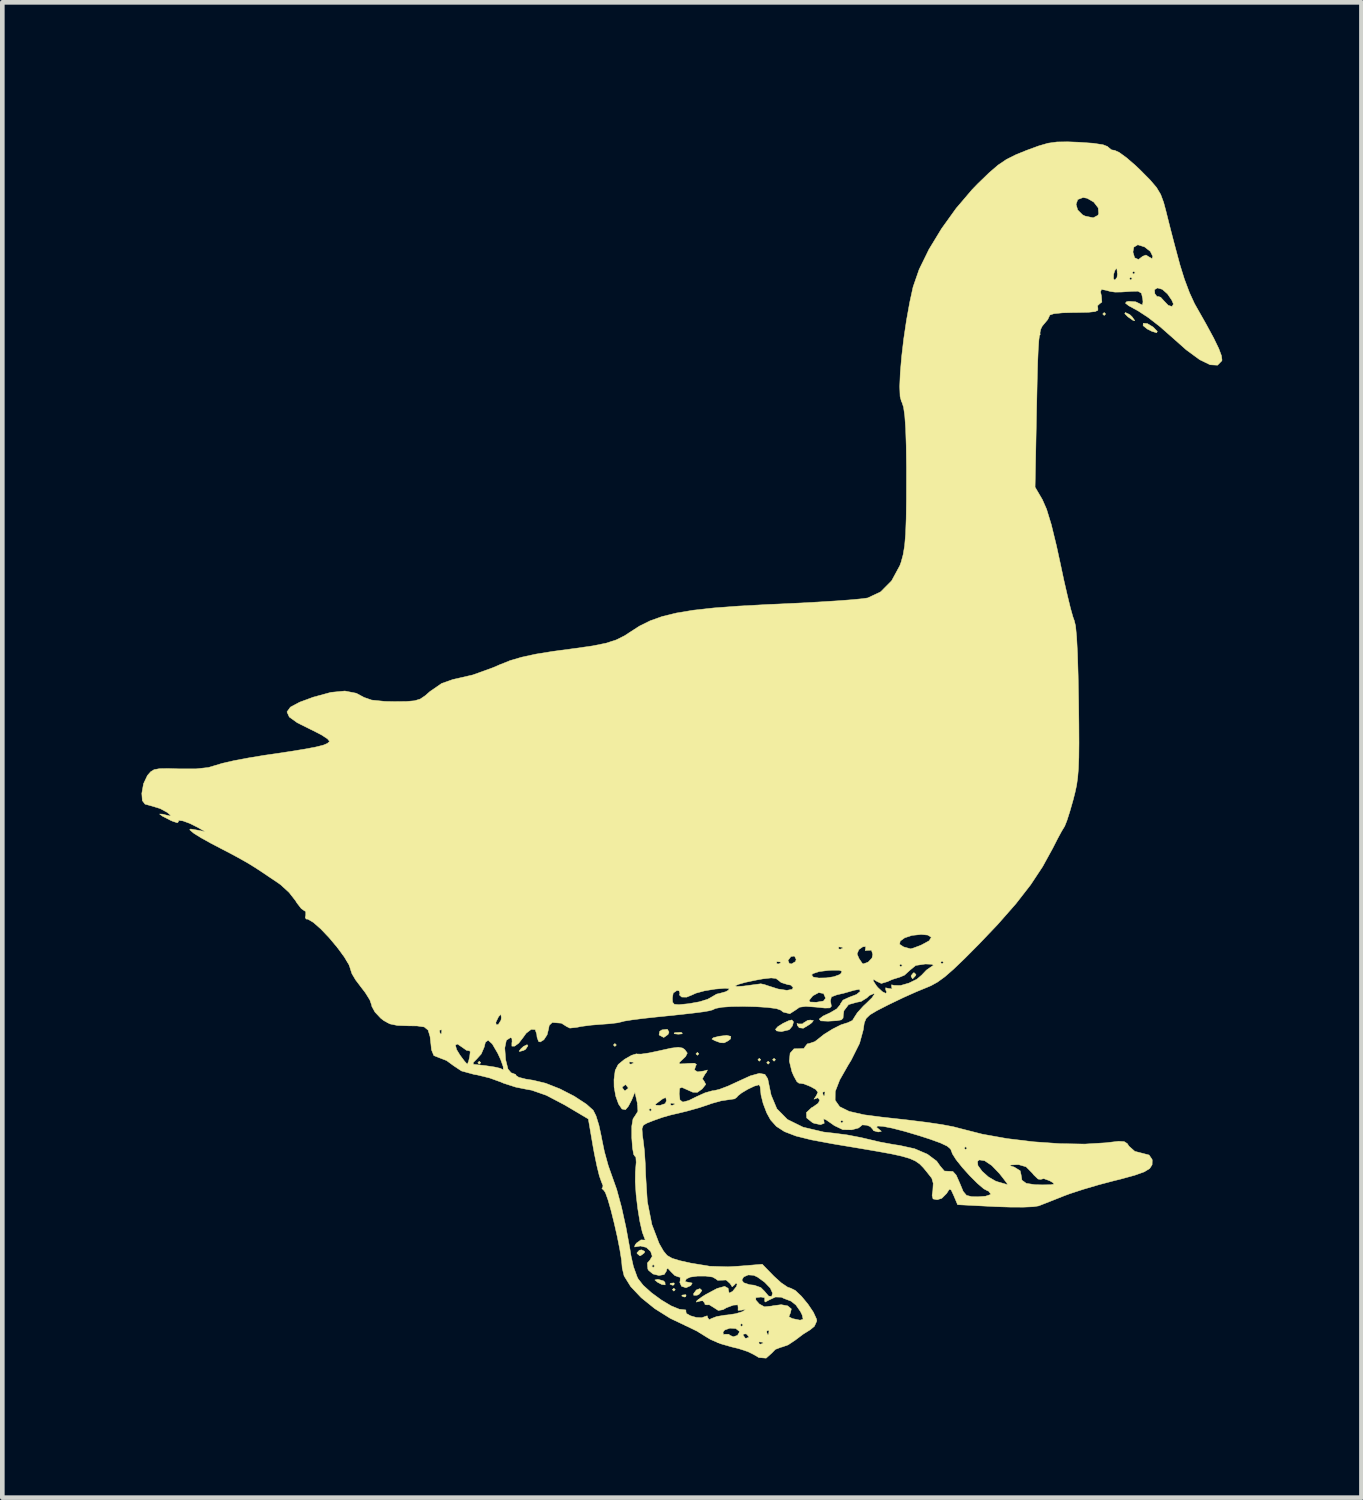
<source format=kicad_pcb>
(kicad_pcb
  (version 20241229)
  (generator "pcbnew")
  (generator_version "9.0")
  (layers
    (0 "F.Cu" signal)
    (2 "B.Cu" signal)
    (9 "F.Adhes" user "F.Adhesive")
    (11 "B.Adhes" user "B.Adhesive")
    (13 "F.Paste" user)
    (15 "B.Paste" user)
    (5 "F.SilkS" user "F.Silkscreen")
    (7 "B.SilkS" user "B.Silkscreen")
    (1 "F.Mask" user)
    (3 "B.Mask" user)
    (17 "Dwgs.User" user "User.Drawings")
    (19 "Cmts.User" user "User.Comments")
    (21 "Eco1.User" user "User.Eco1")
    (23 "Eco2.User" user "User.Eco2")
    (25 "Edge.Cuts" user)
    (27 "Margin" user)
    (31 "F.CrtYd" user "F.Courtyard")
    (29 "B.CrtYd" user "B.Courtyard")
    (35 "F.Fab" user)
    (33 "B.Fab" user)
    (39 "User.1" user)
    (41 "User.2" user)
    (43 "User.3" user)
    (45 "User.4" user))
  (footprint "goose"
    (layer "F.Cu")
    (at 12.323 12.572)
    (property "Reference" "goose" (at 0 0 0) (layer "F.SilkS") (effects (font (size 1.524 1.524) (thickness 0.3))))
    (attr through_hole)
    (fp_poly (pts (xy -5.016 7.271) (xy -5.048 7.303) (xy -5.08 7.271) (xy -5.048 7.239) (xy -5.016 7.271)) (stroke (width 0.01) (type solid)) (fill yes) (layer "F.SilkS"))
    (fp_poly (pts (xy -2.095 6.89) (xy -2.127 6.921) (xy -2.159 6.89) (xy -2.127 6.858) (xy -2.095 6.89)) (stroke (width 0.01) (type solid)) (fill yes) (layer "F.SilkS"))
    (fp_poly (pts (xy -0.826 12.16) (xy -0.857 12.192) (xy -0.889 12.16) (xy -0.857 12.129) (xy -0.826 12.16)) (stroke (width 0.01) (type solid)) (fill yes) (layer "F.SilkS"))
    (fp_poly (pts (xy -0.318 7.08) (xy -0.349 7.112) (xy -0.381 7.08) (xy -0.349 7.048) (xy -0.318 7.08)) (stroke (width 0.01) (type solid)) (fill yes) (layer "F.SilkS"))
    (fp_poly (pts (xy 1.016 7.207) (xy 0.984 7.239) (xy 0.953 7.207) (xy 0.984 7.176) (xy 1.016 7.207)) (stroke (width 0.01) (type solid)) (fill yes) (layer "F.SilkS"))
    (fp_poly (pts (xy 1.206 7.271) (xy 1.175 7.303) (xy 1.143 7.271) (xy 1.175 7.239) (xy 1.206 7.271)) (stroke (width 0.01) (type solid)) (fill yes) (layer "F.SilkS"))
    (fp_poly (pts (xy 1.333 7.207) (xy 1.302 7.239) (xy 1.27 7.207) (xy 1.302 7.176) (xy 1.333 7.207)) (stroke (width 0.01) (type solid)) (fill yes) (layer "F.SilkS"))
    (fp_poly (pts (xy 8.445 -8.858) (xy 8.414 -8.826) (xy 8.382 -8.858) (xy 8.414 -8.89) (xy 8.445 -8.858)) (stroke (width 0.01) (type solid)) (fill yes) (layer "F.SilkS"))
    (fp_poly (pts (xy -0.847 12.023) (xy -0.855 12.06) (xy -0.889 12.065) (xy -0.941 12.042) (xy -0.931 12.023) (xy -0.856 12.015) (xy -0.847 12.023)) (stroke (width 0.01) (type solid)) (fill yes) (layer "F.SilkS"))
    (fp_poly (pts (xy -0.683 6.625) (xy -0.675 6.649) (xy -0.762 6.657) (xy -0.852 6.647) (xy -0.841 6.625) (xy -0.711 6.617) (xy -0.683 6.625)) (stroke (width 0.01) (type solid)) (fill yes) (layer "F.SilkS"))
    (fp_poly (pts (xy -0.593 12.277) (xy -0.601 12.314) (xy -0.635 12.319) (xy -0.687 12.296) (xy -0.677 12.277) (xy -0.602 12.269) (xy -0.593 12.277)) (stroke (width 0.01) (type solid)) (fill yes) (layer "F.SilkS"))
    (fp_poly (pts (xy 7.027 -8.488) (xy 7.035 -8.412) (xy 7.027 -8.403) (xy 6.99 -8.412) (xy 6.985 -8.445) (xy 7.008 -8.498) (xy 7.027 -8.488)) (stroke (width 0.01) (type solid)) (fill yes) (layer "F.SilkS"))
    (fp_poly (pts (xy 8.964 -8.846) (xy 9.017 -8.795) (xy 9.073 -8.714) (xy 9.036 -8.72) (xy 8.925 -8.797) (xy 8.857 -8.866) (xy 8.87 -8.89) (xy 8.964 -8.846)) (stroke (width 0.01) (type solid)) (fill yes) (layer "F.SilkS"))
    (fp_poly (pts (xy -4 6.907) (xy -4.051 6.983) (xy -4.096 7.008) (xy -4.178 7.029) (xy -4.191 7.023) (xy -4.149 6.969) (xy -4.096 6.921) (xy -4.018 6.883) (xy -4 6.907)) (stroke (width 0.01) (type solid)) (fill yes) (layer "F.SilkS"))
    (fp_poly (pts (xy -1.486 11.334) (xy -1.492 11.367) (xy -1.573 11.428) (xy -1.591 11.43) (xy -1.649 11.382) (xy -1.651 11.367) (xy -1.599 11.311) (xy -1.552 11.303) (xy -1.486 11.334)) (stroke (width 0.01) (type solid)) (fill yes) (layer "F.SilkS"))
    (fp_poly (pts (xy -1.08 11.971) (xy -1.048 12.002) (xy -1.043 12.058) (xy -1.118 12.048) (xy -1.206 12.002) (xy -1.266 11.952) (xy -1.209 11.939) (xy -1.194 11.939) (xy -1.08 11.971)) (stroke (width 0.01) (type solid)) (fill yes) (layer "F.SilkS"))
    (fp_poly (pts (xy -0.961 6.611) (xy -0.982 6.663) (xy -1.074 6.728) (xy -1.168 6.678) (xy -1.175 6.667) (xy -1.161 6.595) (xy -1.113 6.564) (xy -0.997 6.551) (xy -0.961 6.611)) (stroke (width 0.01) (type solid)) (fill yes) (layer "F.SilkS"))
    (fp_poly (pts (xy -0.254 12.175) (xy -0.254 12.18) (xy -0.305 12.253) (xy -0.355 12.28) (xy -0.429 12.282) (xy -0.43 12.244) (xy -0.372 12.167) (xy -0.295 12.138) (xy -0.254 12.175)) (stroke (width 0.01) (type solid)) (fill yes) (layer "F.SilkS"))
    (fp_poly (pts (xy 4.36 5.373) (xy 4.35 5.397) (xy 4.293 5.458) (xy 4.283 5.461) (xy 4.255 5.412) (xy 4.255 5.397) (xy 4.303 5.336) (xy 4.322 5.334) (xy 4.36 5.373)) (stroke (width 0.01) (type solid)) (fill yes) (layer "F.SilkS"))
    (fp_poly (pts (xy 9.345 -8.651) (xy 9.47 -8.575) (xy 9.471 -8.574) (xy 9.558 -8.484) (xy 9.544 -8.453) (xy 9.44 -8.485) (xy 9.342 -8.534) (xy 9.252 -8.607) (xy 9.256 -8.658) (xy 9.345 -8.651)) (stroke (width 0.01) (type solid)) (fill yes) (layer "F.SilkS"))
    (fp_poly (pts (xy 0.371 6.704) (xy 0.364 6.759) (xy 0.316 6.797) (xy 0.228 6.844) (xy 0.148 6.841) (xy 0.032 6.799) (xy -0.037 6.762) (xy -0.005 6.733) (xy 0.116 6.702) (xy 0.282 6.682) (xy 0.371 6.704)) (stroke (width 0.01) (type solid)) (fill yes) (layer "F.SilkS"))
    (fp_poly (pts (xy 1.721 6.391) (xy 1.698 6.478) (xy 1.636 6.554) (xy 1.614 6.565) (xy 1.461 6.601) (xy 1.356 6.586) (xy 1.333 6.551) (xy 1.383 6.495) (xy 1.497 6.423) (xy 1.621 6.365) (xy 1.686 6.35) (xy 1.721 6.391)) (stroke (width 0.01) (type solid)) (fill yes) (layer "F.SilkS"))
    (fp_poly (pts (xy 2.15 6.363) (xy 2.116 6.409) (xy 2.067 6.447) (xy 1.932 6.529) (xy 1.845 6.518) (xy 1.804 6.467) (xy 1.796 6.423) (xy 1.827 6.436) (xy 1.916 6.436) (xy 1.936 6.415) (xy 2.027 6.359) (xy 2.083 6.352) (xy 2.15 6.363)) (stroke (width 0.01) (type solid)) (fill yes) (layer "F.SilkS"))
    (fp_poly (pts (xy 7.869 -12.558) (xy 8.178 -12.536) (xy 8.389 -12.504) (xy 8.489 -12.465) (xy 8.495 -12.456) (xy 8.571 -12.394) (xy 8.64 -12.383) (xy 8.735 -12.34) (xy 8.892 -12.226) (xy 9.085 -12.06) (xy 9.196 -11.954) (xy 9.405 -11.743) (xy 9.542 -11.582) (xy 9.631 -11.433) (xy 9.695 -11.26) (xy 9.743 -11.081) (xy 9.801 -10.849) (xy 9.844 -10.679) (xy 9.882 -10.532) (xy 9.924 -10.371) (xy 9.981 -10.158) (xy 10.049 -9.906) (xy 10.141 -9.611) (xy 10.251 -9.318) (xy 10.359 -9.083) (xy 10.378 -9.049) (xy 10.607 -8.645) (xy 10.774 -8.337) (xy 10.883 -8.112) (xy 10.94 -7.959) (xy 10.952 -7.866) (xy 10.948 -7.849) (xy 10.856 -7.755) (xy 10.696 -7.764) (xy 10.47 -7.874) (xy 10.181 -8.086) (xy 9.844 -8.385) (xy 9.612 -8.589) (xy 9.367 -8.779) (xy 9.153 -8.92) (xy 9.114 -8.942) (xy 8.942 -9.036) (xy 8.872 -9.091) (xy 8.893 -9.12) (xy 8.941 -9.131) (xy 9.094 -9.12) (xy 9.175 -9.081) (xy 9.236 -9.05) (xy 9.25 -9.116) (xy 9.244 -9.186) (xy 9.217 -9.305) (xy 9.143 -9.349) (xy 9.01 -9.346) (xy 8.788 -9.331) (xy 8.648 -9.329) (xy 8.544 -9.344) (xy 8.458 -9.368) (xy 8.388 -9.382) (xy 9.498 -9.382) (xy 9.505 -9.295) (xy 9.553 -9.232) (xy 9.575 -9.236) (xy 9.631 -9.218) (xy 9.698 -9.144) (xy 9.794 -9.044) (xy 9.875 -9.019) (xy 9.906 -9.072) (xy 9.87 -9.156) (xy 9.783 -9.283) (xy 9.777 -9.291) (xy 9.666 -9.389) (xy 9.561 -9.419) (xy 9.498 -9.382) (xy 8.388 -9.382) (xy 8.356 -9.389) (xy 8.335 -9.335) (xy 8.354 -9.248) (xy 8.364 -9.114) (xy 8.319 -9.081) (xy 8.27 -9.035) (xy 8.278 -8.985) (xy 8.278 -8.938) (xy 8.218 -8.91) (xy 8.078 -8.895) (xy 7.837 -8.89) (xy 7.777 -8.89) (xy 7.515 -8.883) (xy 7.329 -8.864) (xy 7.243 -8.835) (xy 7.239 -8.826) (xy 7.198 -8.738) (xy 7.115 -8.639) (xy 7.078 -8.594) (xy 7.048 -8.532) (xy 7.025 -8.438) (xy 7.007 -8.297) (xy 6.993 -8.093) (xy 6.981 -7.812) (xy 6.971 -7.438) (xy 6.961 -6.955) (xy 6.958 -6.822) (xy 6.925 -5.128) (xy 7.082 -4.86) (xy 7.173 -4.653) (xy 7.274 -4.323) (xy 7.385 -3.868) (xy 7.468 -3.487) (xy 7.546 -3.12) (xy 7.622 -2.79) (xy 7.688 -2.519) (xy 7.741 -2.331) (xy 7.769 -2.254) (xy 7.797 -2.14) (xy 7.82 -1.902) (xy 7.839 -1.541) (xy 7.853 -1.06) (xy 7.863 -0.516) (xy 7.869 -0.013) (xy 7.871 0.383) (xy 7.868 0.692) (xy 7.859 0.933) (xy 7.843 1.127) (xy 7.82 1.293) (xy 7.786 1.45) (xy 7.745 1.611) (xy 7.675 1.856) (xy 7.611 2.056) (xy 7.563 2.177) (xy 7.553 2.193) (xy 7.5 2.28) (xy 7.41 2.446) (xy 7.305 2.652) (xy 7.088 3.047) (xy 6.829 3.439) (xy 6.511 3.848) (xy 6.119 4.294) (xy 5.717 4.716) (xy 5.41 5.025) (xy 5.17 5.255) (xy 4.981 5.42) (xy 4.824 5.534) (xy 4.683 5.612) (xy 4.59 5.651) (xy 4.371 5.741) (xy 4.093 5.865) (xy 3.81 6.001) (xy 3.757 6.027) (xy 3.517 6.15) (xy 3.368 6.239) (xy 3.286 6.318) (xy 3.246 6.412) (xy 3.226 6.544) (xy 3.223 6.566) (xy 3.144 6.855) (xy 2.964 7.215) (xy 2.897 7.325) (xy 2.716 7.643) (xy 2.62 7.891) (xy 2.618 8.08) (xy 2.716 8.219) (xy 2.921 8.32) (xy 3.239 8.393) (xy 3.621 8.443) (xy 4.163 8.503) (xy 4.592 8.556) (xy 4.923 8.605) (xy 5.17 8.652) (xy 5.334 8.695) (xy 5.789 8.811) (xy 6.322 8.906) (xy 6.893 8.975) (xy 7.464 9.015) (xy 7.998 9.024) (xy 8.456 8.996) (xy 8.519 8.988) (xy 8.726 8.964) (xy 8.845 8.971) (xy 8.912 9.014) (xy 8.947 9.069) (xy 9.074 9.181) (xy 9.223 9.219) (xy 9.381 9.26) (xy 9.445 9.353) (xy 9.449 9.372) (xy 9.446 9.47) (xy 9.394 9.551) (xy 9.276 9.623) (xy 9.074 9.695) (xy 8.772 9.778) (xy 8.629 9.813) (xy 8.299 9.9) (xy 7.963 9.999) (xy 7.672 10.094) (xy 7.556 10.137) (xy 7.325 10.229) (xy 7.124 10.308) (xy 7.001 10.356) (xy 6.884 10.374) (xy 6.671 10.383) (xy 6.39 10.382) (xy 6.073 10.372) (xy 6.057 10.371) (xy 5.256 10.33) (xy 5.176 10.14) (xy 5.118 10.014) (xy 5.079 9.996) (xy 5.028 10.075) (xy 5.022 10.086) (xy 4.915 10.193) (xy 4.816 10.223) (xy 4.727 10.206) (xy 4.707 10.128) (xy 4.722 10.029) (xy 4.731 9.869) (xy 4.7 9.76) (xy 4.599 9.632) (xy 4.517 9.532) (xy 4.438 9.452) (xy 4.345 9.388) (xy 4.223 9.334) (xy 4.058 9.286) (xy 3.832 9.236) (xy 3.53 9.181) (xy 3.138 9.114) (xy 2.639 9.031) (xy 2.546 9.015) (xy 2.105 8.933) (xy 1.772 8.85) (xy 1.527 8.756) (xy 1.352 8.643) (xy 1.226 8.502) (xy 1.144 8.353) (xy 1.067 8.15) (xy 1.021 7.966) (xy 1.016 7.909) (xy 1.003 7.788) (xy 0.978 7.747) (xy 0.879 7.775) (xy 0.738 7.842) (xy 0.602 7.923) (xy 0.517 7.99) (xy 0.508 8.008) (xy 0.453 8.05) (xy 0.333 8.067) (xy 0.16 8.093) (xy -0.048 8.151) (xy -0.095 8.169) (xy -0.311 8.241) (xy -0.572 8.314) (xy -0.699 8.345) (xy -0.925 8.398) (xy -1.101 8.448) (xy -1.29 8.515) (xy -1.435 8.572) (xy -1.514 8.617) (xy -1.543 8.693) (xy -1.533 8.838) (xy -1.519 8.932) (xy -1.491 9.162) (xy -1.472 9.45) (xy -1.464 9.688) (xy -1.428 10.26) (xy -1.33 10.757) (xy -1.176 11.16) (xy -1.163 11.184) (xy -1.08 11.329) (xy -1.002 11.423) (xy -0.895 11.485) (xy -0.727 11.536) (xy -0.495 11.588) (xy -0.082 11.656) (xy 0.31 11.668) (xy 0.531 11.655) (xy 1.048 11.613) (xy 1.299 11.871) (xy 1.456 12.013) (xy 1.595 12.107) (xy 1.661 12.129) (xy 1.76 12.178) (xy 1.893 12.304) (xy 2.032 12.472) (xy 2.149 12.646) (xy 2.216 12.792) (xy 2.223 12.834) (xy 2.171 12.95) (xy 2.08 13.025) (xy 1.931 13.118) (xy 1.765 13.243) (xy 1.757 13.249) (xy 1.605 13.35) (xy 1.469 13.398) (xy 1.456 13.399) (xy 1.329 13.448) (xy 1.255 13.525) (xy 1.131 13.636) (xy 0.974 13.623) (xy 0.865 13.558) (xy 0.737 13.495) (xy 0.536 13.429) (xy 0.39 13.394) (xy 0.152 13.326) (xy 0.073 13.293) (xy 0.974 13.293) (xy 0.982 13.33) (xy 1.016 13.335) (xy 1.068 13.312) (xy 1.058 13.293) (xy 0.983 13.285) (xy 0.974 13.293) (xy 0.073 13.293) (xy -0.065 13.234) (xy -0.157 13.179) (xy -0.325 13.074) (xy 0.203 13.074) (xy 0.21 13.13) (xy 0.241 13.121) (xy 0.328 13.121) (xy 0.347 13.141) (xy 0.424 13.176) (xy 0.515 13.145) (xy 0.517 13.141) (xy 0.635 13.141) (xy 0.681 13.205) (xy 0.699 13.208) (xy 0.76 13.186) (xy 0.762 13.18) (xy 0.718 13.126) (xy 0.699 13.113) (xy 0.64 13.118) (xy 0.635 13.141) (xy 0.517 13.141) (xy 0.552 13.081) (xy 1.143 13.081) (xy 1.166 13.133) (xy 1.185 13.123) (xy 1.193 13.048) (xy 1.185 13.039) (xy 1.148 13.047) (xy 1.143 13.081) (xy 0.552 13.081) (xy 0.556 13.074) (xy 0.553 13.057) (xy 0.478 12.998) (xy 0.351 12.99) (xy 0.238 13.03) (xy 0.203 13.074) (xy -0.325 13.074) (xy -0.358 13.054) (xy -0.572 12.95) (xy -0.631 12.922) (xy 0.572 12.922) (xy 0.603 12.954) (xy 0.635 12.922) (xy 0.603 12.89) (xy 0.572 12.922) (xy -0.631 12.922) (xy -0.933 12.779) (xy -1.269 12.568) (xy -1.56 12.333) (xy -1.786 12.094) (xy -1.928 11.865) (xy -1.969 11.695) (xy -1.983 11.529) (xy -2.021 11.293) (xy -2.076 11.016) (xy -2.142 10.726) (xy -2.21 10.453) (xy -2.275 10.226) (xy -2.33 10.073) (xy -2.361 10.025) (xy -2.408 9.979) (xy -2.395 9.97) (xy -2.382 9.923) (xy -2.418 9.833) (xy -2.461 9.712) (xy -2.513 9.501) (xy -2.568 9.237) (xy -2.595 9.09) (xy -2.699 8.483) (xy -3.207 8.182) (xy -3.603 7.974) (xy -3.922 7.863) (xy -4.011 7.848) (xy -4.264 7.797) (xy -4.525 7.713) (xy -4.582 7.688) (xy -4.828 7.599) (xy -5.094 7.534) (xy -5.154 7.525) (xy -5.432 7.449) (xy -5.599 7.338) (xy -5.753 7.225) (xy -5.906 7.166) (xy -6.027 7.118) (xy -6.077 6.995) (xy -6.082 6.953) (xy -6.088 6.89) (xy -5.563 6.89) (xy -5.536 6.99) (xy -5.464 7.108) (xy -5.37 7.234) (xy -5.311 7.3) (xy -5.305 7.303) (xy -5.29 7.269) (xy -5.18 7.269) (xy -5.175 7.306) (xy -4.927 7.333) (xy -4.725 7.363) (xy -4.601 7.391) (xy -4.579 7.401) (xy -4.53 7.425) (xy -4.534 7.354) (xy -4.586 7.207) (xy -4.65 7.069) (xy -4.717 6.954) (xy -4.499 6.954) (xy -4.48 7.208) (xy -4.43 7.408) (xy -4.36 7.491) (xy -4.346 7.493) (xy -4.264 7.525) (xy -4.255 7.549) (xy -4.197 7.586) (xy -4.048 7.624) (xy -3.889 7.649) (xy -3.621 7.713) (xy -3.311 7.835) (xy -3.003 7.993) (xy -2.74 8.165) (xy -2.594 8.296) (xy -2.534 8.415) (xy -2.471 8.618) (xy -2.418 8.864) (xy -2.414 8.89) (xy -2.353 9.186) (xy -2.269 9.49) (xy -2.189 9.716) (xy -2.088 10) (xy -1.985 10.379) (xy -1.888 10.819) (xy -1.802 11.289) (xy -1.78 11.43) (xy -1.728 11.662) (xy -1.649 11.881) (xy -1.628 11.925) (xy -1.517 12.067) (xy -1.338 12.228) (xy -1.126 12.383) (xy -0.916 12.509) (xy -0.741 12.581) (xy -0.675 12.589) (xy -0.596 12.598) (xy -0.598 12.62) (xy -0.589 12.672) (xy -0.499 12.723) (xy -0.373 12.759) (xy -0.255 12.765) (xy -0.206 12.747) (xy -0.138 12.723) (xy -0.127 12.764) (xy -0.095 12.808) (xy -0.048 12.783) (xy 0.064 12.74) (xy 0.24 12.71) (xy 0.286 12.706) (xy 0.474 12.679) (xy 0.616 12.636) (xy 0.635 12.626) (xy 0.688 12.584) (xy 0.629 12.595) (xy 0.612 12.601) (xy 0.526 12.606) (xy 0.528 12.549) (xy 0.522 12.488) (xy 0.424 12.494) (xy 0.275 12.55) (xy 0.205 12.591) (xy 0.101 12.609) (xy 0.01 12.55) (xy -0.093 12.486) (xy -0.148 12.488) (xy -0.186 12.48) (xy -0.191 12.45) (xy -0.236 12.398) (xy -0.286 12.405) (xy -0.373 12.428) (xy -0.358 12.395) (xy -0.343 12.384) (xy 0.909 12.384) (xy 0.984 12.469) (xy 1.095 12.53) (xy 1.255 12.513) (xy 1.278 12.507) (xy 1.456 12.484) (xy 1.597 12.51) (xy 1.674 12.575) (xy 1.654 12.664) (xy 1.652 12.667) (xy 1.621 12.743) (xy 1.695 12.783) (xy 1.863 12.818) (xy 1.928 12.797) (xy 1.908 12.707) (xy 1.872 12.633) (xy 1.773 12.491) (xy 1.67 12.409) (xy 1.664 12.406) (xy 1.511 12.348) (xy 1.46 12.323) (xy 1.332 12.319) (xy 1.209 12.376) (xy 1.112 12.427) (xy 1.098 12.404) (xy 1.102 12.398) (xy 1.1 12.334) (xy 1.02 12.319) (xy 0.91 12.332) (xy 0.909 12.384) (xy -0.343 12.384) (xy -0.251 12.316) (xy -0.175 12.268) (xy 0.074 12.135) (xy 0.238 12.089) (xy 0.313 12.131) (xy 0.318 12.164) (xy 0.334 12.235) (xy 0.402 12.201) (xy 0.413 12.192) (xy 0.493 12.092) (xy 0.507 12.041) (xy 0.483 12.017) (xy 0.452 12.054) (xy 0.4 12.1) (xy 0.357 12.031) (xy 0.273 11.954) (xy 0.608 11.954) (xy 0.648 12.011) (xy 0.776 12.054) (xy 0.873 12.064) (xy 1.017 12.115) (xy 1.094 12.192) (xy 1.185 12.299) (xy 1.251 12.306) (xy 1.27 12.235) (xy 1.221 12.127) (xy 1.099 12) (xy 0.947 11.89) (xy 0.865 11.851) (xy 0.745 11.843) (xy 0.647 11.886) (xy 0.608 11.954) (xy 0.273 11.954) (xy 0.271 11.952) (xy 0.193 11.956) (xy 0.085 11.958) (xy 0.051 11.931) (xy -0.021 11.889) (xy -0.17 11.868) (xy -0.347 11.868) (xy -0.504 11.89) (xy -0.586 11.928) (xy -0.618 11.986) (xy -0.54 12.002) (xy -0.461 12.018) (xy -0.491 12.073) (xy -0.595 12.119) (xy -0.692 12.087) (xy -0.729 12.002) (xy -0.721 11.97) (xy -0.719 11.894) (xy -0.75 11.888) (xy -0.835 11.857) (xy -0.914 11.779) (xy -0.986 11.7) (xy -1.012 11.723) (xy -1.014 11.755) (xy -1.064 11.834) (xy -1.177 11.855) (xy -1.306 11.823) (xy -1.403 11.742) (xy -1.417 11.716) (xy -1.422 11.652) (xy -1.333 11.652) (xy -1.302 11.684) (xy -1.27 11.652) (xy -1.302 11.62) (xy -1.333 11.652) (xy -1.422 11.652) (xy -1.427 11.586) (xy -1.376 11.529) (xy -1.322 11.441) (xy -1.357 11.336) (xy -1.45 11.25) (xy -1.575 11.22) (xy -1.606 11.225) (xy -1.702 11.241) (xy -1.692 11.198) (xy -1.66 11.156) (xy -1.564 11.088) (xy -1.507 11.091) (xy -1.471 11.091) (xy -1.483 11.064) (xy -1.536 10.923) (xy -1.589 10.691) (xy -1.635 10.408) (xy -1.67 10.111) (xy -1.688 9.836) (xy -1.685 9.622) (xy -1.683 9.598) (xy -1.668 9.417) (xy -1.675 9.306) (xy -1.693 9.289) (xy -1.722 9.248) (xy -1.747 9.109) (xy -1.762 8.904) (xy -1.763 8.899) (xy -1.763 8.638) (xy -1.736 8.481) (xy -1.689 8.411) (xy -1.631 8.318) (xy -1.633 8.287) (xy -1.397 8.287) (xy -1.365 8.319) (xy -1.333 8.287) (xy -1.365 8.255) (xy -1.397 8.287) (xy -1.633 8.287) (xy -1.64 8.174) (xy -1.265 8.174) (xy -1.234 8.188) (xy -1.154 8.191) (xy -1.04 8.152) (xy -1.039 8.149) (xy -0.931 8.149) (xy -0.923 8.187) (xy -0.889 8.191) (xy -0.837 8.168) (xy -0.847 8.149) (xy -0.922 8.142) (xy -0.931 8.149) (xy -1.039 8.149) (xy -1.016 8.088) (xy -1.031 8.021) (xy -1.096 8.048) (xy -1.127 8.071) (xy -1.227 8.146) (xy -1.265 8.174) (xy -1.64 8.174) (xy -1.641 8.154) (xy -1.647 8.125) (xy -1.696 7.906) (xy -1.765 8.074) (xy -1.837 8.211) (xy -1.898 8.283) (xy -1.974 8.269) (xy -2.048 8.161) (xy -2.109 7.99) (xy -2.14 7.811) (xy -1.968 7.811) (xy -1.92 7.872) (xy -1.905 7.874) (xy -1.843 7.826) (xy -1.841 7.811) (xy -1.89 7.749) (xy -1.905 7.747) (xy -1.967 7.795) (xy -1.968 7.811) (xy -2.14 7.811) (xy -2.144 7.787) (xy -2.146 7.635) (xy -2.12 7.437) (xy -2.055 7.31) (xy -1.994 7.26) (xy -1.82 7.26) (xy -1.812 7.298) (xy -1.778 7.303) (xy -1.726 7.279) (xy -1.736 7.26) (xy -1.811 7.253) (xy -1.82 7.26) (xy -1.994 7.26) (xy -1.921 7.2) (xy -1.913 7.195) (xy -1.767 7.112) (xy -1.663 7.08) (xy -1.646 7.084) (xy -1.562 7.086) (xy -1.391 7.061) (xy -1.169 7.014) (xy -1.152 7.01) (xy -0.912 6.957) (xy -0.762 6.939) (xy -0.67 6.955) (xy -0.62 6.99) (xy -0.567 7.064) (xy -0.604 7.139) (xy -0.661 7.193) (xy -0.741 7.268) (xy -0.733 7.297) (xy -0.62 7.293) (xy -0.559 7.287) (xy -0.41 7.282) (xy -0.369 7.31) (xy -0.387 7.342) (xy -0.413 7.427) (xy -0.345 7.469) (xy -0.214 7.45) (xy -0.212 7.45) (xy -0.134 7.428) (xy -0.151 7.472) (xy -0.186 7.518) (xy -0.242 7.617) (xy -0.201 7.677) (xy -0.169 7.738) (xy -0.245 7.834) (xy -0.249 7.838) (xy -0.35 7.91) (xy -0.449 7.907) (xy -0.557 7.859) (xy -0.683 7.803) (xy -0.732 7.822) (xy -0.741 7.935) (xy -0.741 7.948) (xy -0.725 8.074) (xy -0.664 8.119) (xy -0.536 8.086) (xy -0.364 8.001) (xy -0.184 7.92) (xy -0.028 7.876) (xy 0.002 7.874) (xy 0.123 7.846) (xy 0.313 7.774) (xy 0.508 7.684) (xy 0.79 7.555) (xy 0.984 7.501) (xy 1.104 7.522) (xy 1.165 7.615) (xy 1.17 7.636) (xy 1.205 7.807) (xy 1.239 7.969) (xy 1.362 8.263) (xy 1.59 8.494) (xy 1.927 8.66) (xy 2.372 8.765) (xy 2.603 8.791) (xy 2.88 8.827) (xy 3.181 8.885) (xy 3.307 8.915) (xy 3.584 8.98) (xy 3.882 9.035) (xy 4.006 9.053) (xy 4.329 9.124) (xy 4.605 9.242) (xy 4.805 9.391) (xy 4.879 9.496) (xy 4.971 9.605) (xy 5.069 9.61) (xy 5.154 9.614) (xy 5.226 9.693) (xy 5.304 9.869) (xy 5.376 10.043) (xy 5.448 10.129) (xy 5.56 10.157) (xy 5.692 10.16) (xy 5.859 10.147) (xy 5.958 10.114) (xy 5.969 10.097) (xy 5.921 10.035) (xy 5.905 10.033) (xy 5.819 9.987) (xy 5.681 9.869) (xy 5.518 9.706) (xy 5.357 9.527) (xy 5.253 9.396) (xy 5.684 9.396) (xy 5.694 9.487) (xy 5.783 9.609) (xy 5.919 9.731) (xy 6.071 9.82) (xy 6.116 9.836) (xy 6.259 9.877) (xy 6.335 9.9) (xy 6.337 9.9) (xy 6.312 9.859) (xy 6.229 9.749) (xy 6.157 9.658) (xy 5.995 9.489) (xy 6.381 9.489) (xy 6.477 9.52) (xy 6.604 9.599) (xy 6.624 9.687) (xy 6.642 9.802) (xy 6.735 9.87) (xy 6.921 9.899) (xy 7.08 9.903) (xy 7.263 9.9) (xy 7.334 9.887) (xy 7.31 9.855) (xy 7.239 9.814) (xy 7.112 9.768) (xy 7.045 9.785) (xy 6.99 9.778) (xy 6.896 9.688) (xy 6.868 9.652) (xy 6.732 9.514) (xy 6.575 9.468) (xy 6.523 9.468) (xy 6.393 9.475) (xy 6.381 9.489) (xy 5.995 9.489) (xy 5.991 9.485) (xy 5.839 9.383) (xy 5.724 9.365) (xy 5.684 9.396) (xy 5.253 9.396) (xy 5.223 9.359) (xy 5.143 9.232) (xy 5.132 9.199) (xy 5.105 9.13) (xy 5.084 9.112) (xy 5.397 9.112) (xy 5.429 9.144) (xy 5.461 9.112) (xy 5.429 9.081) (xy 5.397 9.112) (xy 5.084 9.112) (xy 5.031 9.068) (xy 4.89 9.001) (xy 4.661 8.918) (xy 4.445 8.848) (xy 4.119 8.751) (xy 3.848 8.681) (xy 3.647 8.642) (xy 3.53 8.635) (xy 3.511 8.662) (xy 3.556 8.7) (xy 3.614 8.749) (xy 3.554 8.762) (xy 3.54 8.762) (xy 3.446 8.736) (xy 3.429 8.707) (xy 3.376 8.648) (xy 3.302 8.618) (xy 3.201 8.611) (xy 3.175 8.635) (xy 3.12 8.678) (xy 2.985 8.714) (xy 2.969 8.717) (xy 2.783 8.713) (xy 2.601 8.626) (xy 2.545 8.586) (xy 2.48 8.541) (xy 2.731 8.541) (xy 2.762 8.572) (xy 2.794 8.541) (xy 2.762 8.509) (xy 2.731 8.541) (xy 2.48 8.541) (xy 2.425 8.503) (xy 2.368 8.479) (xy 2.371 8.493) (xy 2.383 8.576) (xy 2.303 8.606) (xy 2.162 8.576) (xy 2.13 8.562) (xy 2.005 8.461) (xy 1.999 8.345) (xy 2.111 8.24) (xy 2.143 8.224) (xy 2.253 8.145) (xy 2.286 8.077) (xy 2.248 8.027) (xy 2.207 8.041) (xy 2.162 8.057) (xy 2.206 7.992) (xy 2.209 7.987) (xy 2.235 7.938) (xy 2.349 7.938) (xy 2.373 7.99) (xy 2.392 7.98) (xy 2.399 7.904) (xy 2.392 7.895) (xy 2.354 7.904) (xy 2.349 7.938) (xy 2.235 7.938) (xy 2.248 7.911) (xy 2.202 7.848) (xy 2.091 7.786) (xy 1.944 7.727) (xy 1.849 7.712) (xy 1.842 7.715) (xy 1.794 7.679) (xy 1.726 7.556) (xy 1.687 7.465) (xy 1.631 7.236) (xy 1.648 7.066) (xy 1.732 6.972) (xy 1.851 6.969) (xy 1.947 6.964) (xy 1.968 6.929) (xy 2.019 6.865) (xy 2.059 6.858) (xy 2.18 6.817) (xy 2.234 6.776) (xy 2.377 6.662) (xy 2.562 6.547) (xy 2.742 6.456) (xy 2.873 6.414) (xy 2.883 6.413) (xy 2.991 6.361) (xy 3.027 6.302) (xy 3.096 6.195) (xy 3.225 6.052) (xy 3.295 5.987) (xy 3.413 5.871) (xy 3.463 5.796) (xy 3.453 5.781) (xy 3.356 5.823) (xy 3.302 5.874) (xy 3.177 5.952) (xy 3.085 5.969) (xy 2.908 6.019) (xy 2.807 6.152) (xy 2.794 6.236) (xy 2.789 6.309) (xy 2.753 6.348) (xy 2.654 6.366) (xy 2.465 6.377) (xy 2.308 6.37) (xy 2.274 6.332) (xy 2.36 6.265) (xy 2.513 6.194) (xy 2.655 6.11) (xy 2.728 6.021) (xy 2.731 6.006) (xy 2.787 5.923) (xy 2.928 5.858) (xy 2.933 5.857) (xy 3.079 5.801) (xy 3.157 5.736) (xy 3.159 5.732) (xy 3.14 5.69) (xy 3.024 5.711) (xy 3.004 5.717) (xy 2.806 5.774) (xy 2.657 5.808) (xy 2.537 5.853) (xy 2.516 5.941) (xy 2.524 5.979) (xy 2.537 6.056) (xy 2.504 6.091) (xy 2.398 6.094) (xy 2.208 6.074) (xy 1.985 6.058) (xy 1.851 6.076) (xy 1.778 6.128) (xy 1.642 6.216) (xy 1.497 6.18) (xy 1.449 6.14) (xy 1.354 6.106) (xy 1.166 6.081) (xy 0.921 6.065) (xy 0.651 6.058) (xy 0.392 6.061) (xy 0.178 6.076) (xy 0.043 6.102) (xy 0.025 6.11) (xy -0.022 6.133) (xy -0.101 6.154) (xy -0.23 6.176) (xy -0.427 6.201) (xy -0.709 6.233) (xy -1.094 6.273) (xy -1.234 6.287) (xy -1.52 6.318) (xy -1.76 6.349) (xy -1.924 6.375) (xy -1.983 6.391) (xy -2.073 6.412) (xy -2.246 6.432) (xy -2.4 6.443) (xy -2.638 6.462) (xy -2.852 6.49) (xy -2.944 6.509) (xy -3.097 6.526) (xy -3.166 6.492) (xy -3.279 6.42) (xy -3.47 6.405) (xy -3.477 6.406) (xy -3.541 6.466) (xy -3.556 6.545) (xy -3.587 6.67) (xy -3.657 6.777) (xy -3.736 6.825) (xy -3.771 6.813) (xy -3.804 6.722) (xy -3.81 6.657) (xy -3.844 6.558) (xy -3.929 6.553) (xy -4.037 6.635) (xy -4.106 6.731) (xy -4.198 6.85) (xy -4.287 6.915) (xy -4.346 6.915) (xy -4.346 6.84) (xy -4.341 6.826) (xy -4.345 6.745) (xy -4.377 6.731) (xy -4.465 6.788) (xy -4.499 6.954) (xy -4.717 6.954) (xy -4.768 6.867) (xy -4.856 6.787) (xy -4.916 6.83) (xy -4.942 6.935) (xy -5.006 7.084) (xy -5.101 7.19) (xy -5.18 7.269) (xy -5.29 7.269) (xy -5.28 7.249) (xy -5.255 7.142) (xy -5.243 7.035) (xy -5.258 7.015) (xy -5.324 7.004) (xy -5.409 6.943) (xy -5.518 6.869) (xy -5.563 6.89) (xy -6.088 6.89) (xy -6.108 6.711) (xy -6.14 6.604) (xy -5.905 6.604) (xy -5.882 6.656) (xy -5.863 6.646) (xy -5.856 6.571) (xy -5.863 6.562) (xy -5.901 6.57) (xy -5.905 6.604) (xy -6.14 6.604) (xy -6.15 6.57) (xy -6.234 6.501) (xy -6.389 6.479) (xy -6.569 6.477) (xy -6.812 6.469) (xy -6.975 6.435) (xy -7.034 6.403) (xy -4.692 6.403) (xy -4.682 6.458) (xy -4.636 6.445) (xy -4.58 6.355) (xy -4.573 6.299) (xy -4.583 6.228) (xy -4.627 6.274) (xy -4.636 6.287) (xy -4.692 6.403) (xy -7.034 6.403) (xy -7.107 6.363) (xy -7.171 6.313) (xy -7.296 6.18) (xy -7.363 6.057) (xy -7.366 6.033) (xy -7.405 5.921) (xy -7.431 5.878) (xy -0.889 5.878) (xy -0.883 5.969) (xy -0.846 6.013) (xy -0.747 6.021) (xy -0.556 6.002) (xy -0.524 5.998) (xy -0.306 5.959) (xy -0.214 5.931) (xy 2.056 5.931) (xy 2.079 5.964) (xy 2.212 5.969) (xy 2.213 5.969) (xy 2.367 5.943) (xy 2.413 5.881) (xy 2.369 5.781) (xy 2.264 5.761) (xy 2.142 5.827) (xy 2.123 5.846) (xy 2.056 5.931) (xy -0.214 5.931) (xy -0.13 5.905) (xy -0.059 5.866) (xy 0.065 5.793) (xy 0.132 5.778) (xy 0.261 5.742) (xy 0.318 5.71) (xy 0.336 5.675) (xy 0.249 5.667) (xy 0.049 5.684) (xy 0.033 5.685) (xy -0.193 5.722) (xy -0.381 5.773) (xy -0.466 5.812) (xy -0.582 5.859) (xy -0.687 5.857) (xy -0.737 5.812) (xy -0.726 5.772) (xy -0.744 5.723) (xy -0.79 5.715) (xy -0.87 5.77) (xy -0.889 5.878) (xy -7.431 5.878) (xy -7.505 5.76) (xy -7.588 5.652) (xy -7.615 5.616) (xy 0.465 5.616) (xy 0.498 5.63) (xy 0.641 5.621) (xy 0.704 5.613) (xy 0.88 5.589) (xy 0.996 5.574) (xy 1.016 5.571) (xy 1.096 5.588) (xy 1.143 5.605) (xy 1.387 5.683) (xy 1.578 5.712) (xy 1.693 5.691) (xy 1.714 5.652) (xy 1.662 5.599) (xy 1.595 5.588) (xy 1.456 5.544) (xy 1.415 5.51) (xy 3.439 5.51) (xy 3.506 5.612) (xy 3.538 5.651) (xy 3.636 5.742) (xy 3.709 5.778) (xy 3.729 5.749) (xy 3.708 5.704) (xy 3.705 5.657) (xy 3.771 5.672) (xy 3.846 5.682) (xy 3.835 5.64) (xy 3.832 5.593) (xy 3.893 5.606) (xy 4.027 5.608) (xy 4.208 5.556) (xy 4.38 5.472) (xy 4.488 5.379) (xy 4.489 5.377) (xy 4.584 5.277) (xy 4.667 5.219) (xy 4.735 5.173) (xy 4.707 5.151) (xy 4.567 5.145) (xy 4.56 5.145) (xy 4.354 5.176) (xy 4.235 5.273) (xy 4.112 5.385) (xy 4.013 5.427) (xy 3.848 5.478) (xy 3.747 5.524) (xy 3.613 5.564) (xy 3.52 5.521) (xy 3.443 5.474) (xy 3.439 5.51) (xy 1.415 5.51) (xy 1.404 5.501) (xy 1.342 5.456) (xy 1.239 5.445) (xy 1.062 5.465) (xy 0.919 5.491) (xy 0.685 5.54) (xy 0.531 5.584) (xy 0.465 5.616) (xy -7.615 5.616) (xy -7.713 5.487) (xy -7.776 5.38) (xy 2.111 5.38) (xy 2.147 5.427) (xy 2.265 5.447) (xy 2.426 5.444) (xy 2.589 5.419) (xy 2.713 5.374) (xy 2.745 5.348) (xy 2.765 5.3) (xy 2.705 5.279) (xy 2.546 5.279) (xy 2.476 5.283) (xy 2.271 5.308) (xy 2.14 5.352) (xy 2.111 5.38) (xy -7.776 5.38) (xy -7.793 5.35) (xy -7.811 5.295) (xy -7.849 5.175) (xy 4 5.175) (xy 4.032 5.207) (xy 4.064 5.175) (xy 4.032 5.144) (xy 4 5.175) (xy -7.849 5.175) (xy -7.851 5.169) (xy -7.891 5.101) (xy 1.355 5.101) (xy 1.363 5.139) (xy 1.397 5.144) (xy 1.449 5.12) (xy 1.439 5.101) (xy 1.364 5.094) (xy 1.355 5.101) (xy -7.891 5.101) (xy -7.911 5.068) (xy 1.602 5.068) (xy 1.63 5.133) (xy 1.677 5.144) (xy 1.765 5.092) (xy 1.778 5.043) (xy 1.741 4.973) (xy 1.665 4.985) (xy 1.602 5.068) (xy -7.911 5.068) (xy -7.957 4.992) (xy -8.004 4.928) (xy 3.09 4.928) (xy 3.131 5.025) (xy 3.194 5.119) (xy 3.217 5.144) (xy 3.277 5.124) (xy 3.31 5.112) (xy 4.889 5.112) (xy 4.921 5.144) (xy 4.953 5.112) (xy 4.921 5.08) (xy 4.889 5.112) (xy 3.31 5.112) (xy 3.329 5.105) (xy 3.412 5.017) (xy 3.429 4.939) (xy 3.4 4.847) (xy 3.33 4.85) (xy 3.265 4.855) (xy 3.271 4.825) (xy 3.277 4.769) (xy 3.214 4.774) (xy 3.129 4.834) (xy 3.09 4.928) (xy -8.004 4.928) (xy -8.108 4.786) (xy -8.11 4.784) (xy 2.688 4.784) (xy 2.697 4.821) (xy 2.731 4.826) (xy 2.783 4.803) (xy 2.773 4.784) (xy 2.697 4.776) (xy 2.688 4.784) (xy -8.11 4.784) (xy -8.164 4.72) (xy 4.006 4.72) (xy 4.094 4.777) (xy 4.112 4.782) (xy 4.215 4.81) (xy 4.241 4.819) (xy 4.305 4.801) (xy 4.441 4.75) (xy 4.479 4.734) (xy 4.644 4.644) (xy 4.689 4.57) (xy 4.615 4.522) (xy 4.473 4.508) (xy 4.273 4.529) (xy 4.116 4.581) (xy 4.02 4.65) (xy 4.006 4.72) (xy -8.164 4.72) (xy -8.283 4.578) (xy -8.461 4.391) (xy -8.621 4.25) (xy -8.741 4.179) (xy -8.777 4.177) (xy -8.798 4.142) (xy -8.786 4.095) (xy -8.786 4.014) (xy -8.813 4) (xy -8.883 3.951) (xy -8.979 3.827) (xy -9.006 3.782) (xy -9.145 3.604) (xy -9.329 3.436) (xy -9.378 3.401) (xy -9.595 3.255) (xy -9.821 3.104) (xy -9.859 3.079) (xy -10.03 2.973) (xy -10.27 2.838) (xy -10.532 2.699) (xy -10.589 2.67) (xy -10.83 2.544) (xy -11.04 2.427) (xy -11.183 2.339) (xy -11.208 2.321) (xy -11.287 2.253) (xy -11.267 2.237) (xy -11.144 2.257) (xy -10.954 2.293) (xy -11.113 2.202) (xy -11.285 2.116) (xy -11.432 2.062) (xy -11.523 2.051) (xy -11.532 2.084) (xy -11.554 2.103) (xy -11.658 2.068) (xy -11.699 2.05) (xy -11.876 1.959) (xy -11.935 1.914) (xy -11.876 1.916) (xy -11.811 1.932) (xy -11.703 1.957) (xy -11.707 1.933) (xy -11.774 1.877) (xy -11.924 1.796) (xy -12.108 1.74) (xy -12.249 1.701) (xy -12.307 1.625) (xy -12.318 1.469) (xy -12.281 1.261) (xy -12.196 1.081) (xy -12.194 1.08) (xy -12.128 1.004) (xy -12.053 0.958) (xy -11.938 0.937) (xy -11.753 0.934) (xy -11.513 0.941) (xy -11.15 0.941) (xy -10.886 0.912) (xy -10.724 0.864) (xy -10.578 0.82) (xy -10.336 0.765) (xy -10.029 0.707) (xy -9.686 0.65) (xy -9.581 0.635) (xy -9.137 0.569) (xy -8.805 0.515) (xy -8.568 0.47) (xy -8.411 0.431) (xy -8.32 0.393) (xy -8.279 0.355) (xy -8.275 0.346) (xy -8.319 0.293) (xy -8.452 0.207) (xy -8.647 0.107) (xy -8.673 0.095) (xy -8.968 -0.052) (xy -9.141 -0.176) (xy -9.191 -0.286) (xy -9.117 -0.389) (xy -8.919 -0.495) (xy -8.623 -0.604) (xy -8.244 -0.707) (xy -7.943 -0.736) (xy -7.698 -0.688) (xy -7.53 -0.598) (xy -7.367 -0.541) (xy -7.081 -0.512) (xy -6.876 -0.508) (xy -6.614 -0.511) (xy -6.441 -0.526) (xy -6.319 -0.564) (xy -6.211 -0.637) (xy -6.111 -0.725) (xy -5.859 -0.899) (xy -5.618 -0.984) (xy -5.189 -1.082) (xy -4.751 -1.24) (xy -4.604 -1.304) (xy -4.383 -1.392) (xy -4.133 -1.465) (xy -3.828 -1.531) (xy -3.444 -1.593) (xy -2.991 -1.653) (xy -2.606 -1.708) (xy -2.319 -1.766) (xy -2.098 -1.837) (xy -1.914 -1.929) (xy -1.81 -1.998) (xy -1.597 -2.135) (xy -1.369 -2.248) (xy -1.109 -2.341) (xy -0.803 -2.416) (xy -0.436 -2.477) (xy 0.008 -2.526) (xy 0.545 -2.566) (xy 1.189 -2.601) (xy 1.384 -2.609) (xy 1.849 -2.631) (xy 2.283 -2.655) (xy 2.668 -2.679) (xy 2.983 -2.703) (xy 3.209 -2.725) (xy 3.32 -2.741) (xy 3.599 -2.873) (xy 3.835 -3.111) (xy 4.012 -3.438) (xy 4.04 -3.515) (xy 4.083 -3.674) (xy 4.115 -3.867) (xy 4.136 -4.117) (xy 4.148 -4.446) (xy 4.154 -4.876) (xy 4.154 -4.953) (xy 4.155 -5.547) (xy 4.149 -6.024) (xy 4.137 -6.393) (xy 4.118 -6.665) (xy 4.092 -6.849) (xy 4.058 -6.954) (xy 4.047 -6.971) (xy 4.017 -7.082) (xy 4.009 -7.296) (xy 4.021 -7.589) (xy 4.051 -7.94) (xy 4.096 -8.325) (xy 4.155 -8.723) (xy 4.225 -9.111) (xy 4.297 -9.441) (xy 4.357 -9.614) (xy 8.614 -9.614) (xy 8.642 -9.588) (xy 8.67 -9.62) (xy 8.954 -9.62) (xy 8.985 -9.588) (xy 9.017 -9.62) (xy 8.985 -9.652) (xy 8.954 -9.62) (xy 8.67 -9.62) (xy 8.689 -9.642) (xy 8.7 -9.716) (xy 8.696 -9.747) (xy 9.017 -9.747) (xy 9.049 -9.716) (xy 9.081 -9.747) (xy 9.049 -9.779) (xy 9.017 -9.747) (xy 8.696 -9.747) (xy 8.689 -9.819) (xy 8.675 -9.842) (xy 8.642 -9.79) (xy 8.618 -9.716) (xy 8.614 -9.614) (xy 4.357 -9.614) (xy 4.428 -9.819) (xy 4.611 -10.192) (xy 9.033 -10.192) (xy 9.07 -10.069) (xy 9.153 -10.032) (xy 9.241 -10.099) (xy 9.241 -10.1) (xy 9.313 -10.128) (xy 9.372 -10.092) (xy 9.445 -10.05) (xy 9.461 -10.098) (xy 9.408 -10.206) (xy 9.284 -10.303) (xy 9.141 -10.348) (xy 9.136 -10.348) (xy 9.052 -10.297) (xy 9.033 -10.192) (xy 4.611 -10.192) (xy 4.638 -10.248) (xy 4.911 -10.697) (xy 5.227 -11.137) (xy 5.3 -11.222) (xy 7.808 -11.222) (xy 7.843 -11.099) (xy 7.948 -10.994) (xy 8.001 -10.968) (xy 8.178 -10.93) (xy 8.279 -10.984) (xy 8.296 -11.02) (xy 8.285 -11.144) (xy 8.19 -11.268) (xy 8.047 -11.351) (xy 7.959 -11.367) (xy 7.845 -11.324) (xy 7.808 -11.222) (xy 5.3 -11.222) (xy 5.568 -11.537) (xy 5.687 -11.66) (xy 5.933 -11.898) (xy 6.128 -12.066) (xy 6.309 -12.188) (xy 6.511 -12.289) (xy 6.737 -12.381) (xy 7.001 -12.478) (xy 7.204 -12.537) (xy 7.398 -12.564) (xy 7.629 -12.567) (xy 7.869 -12.558)) (stroke (width 0.01) (type solid)) (fill yes) (layer "F.SilkS")))
  (gr_rect
    (start -3 -3)
    (end 26.279 29.213)
    (stroke (width 0.1) (type default))
    (fill no)
    (layer "Edge.Cuts")))
</source>
